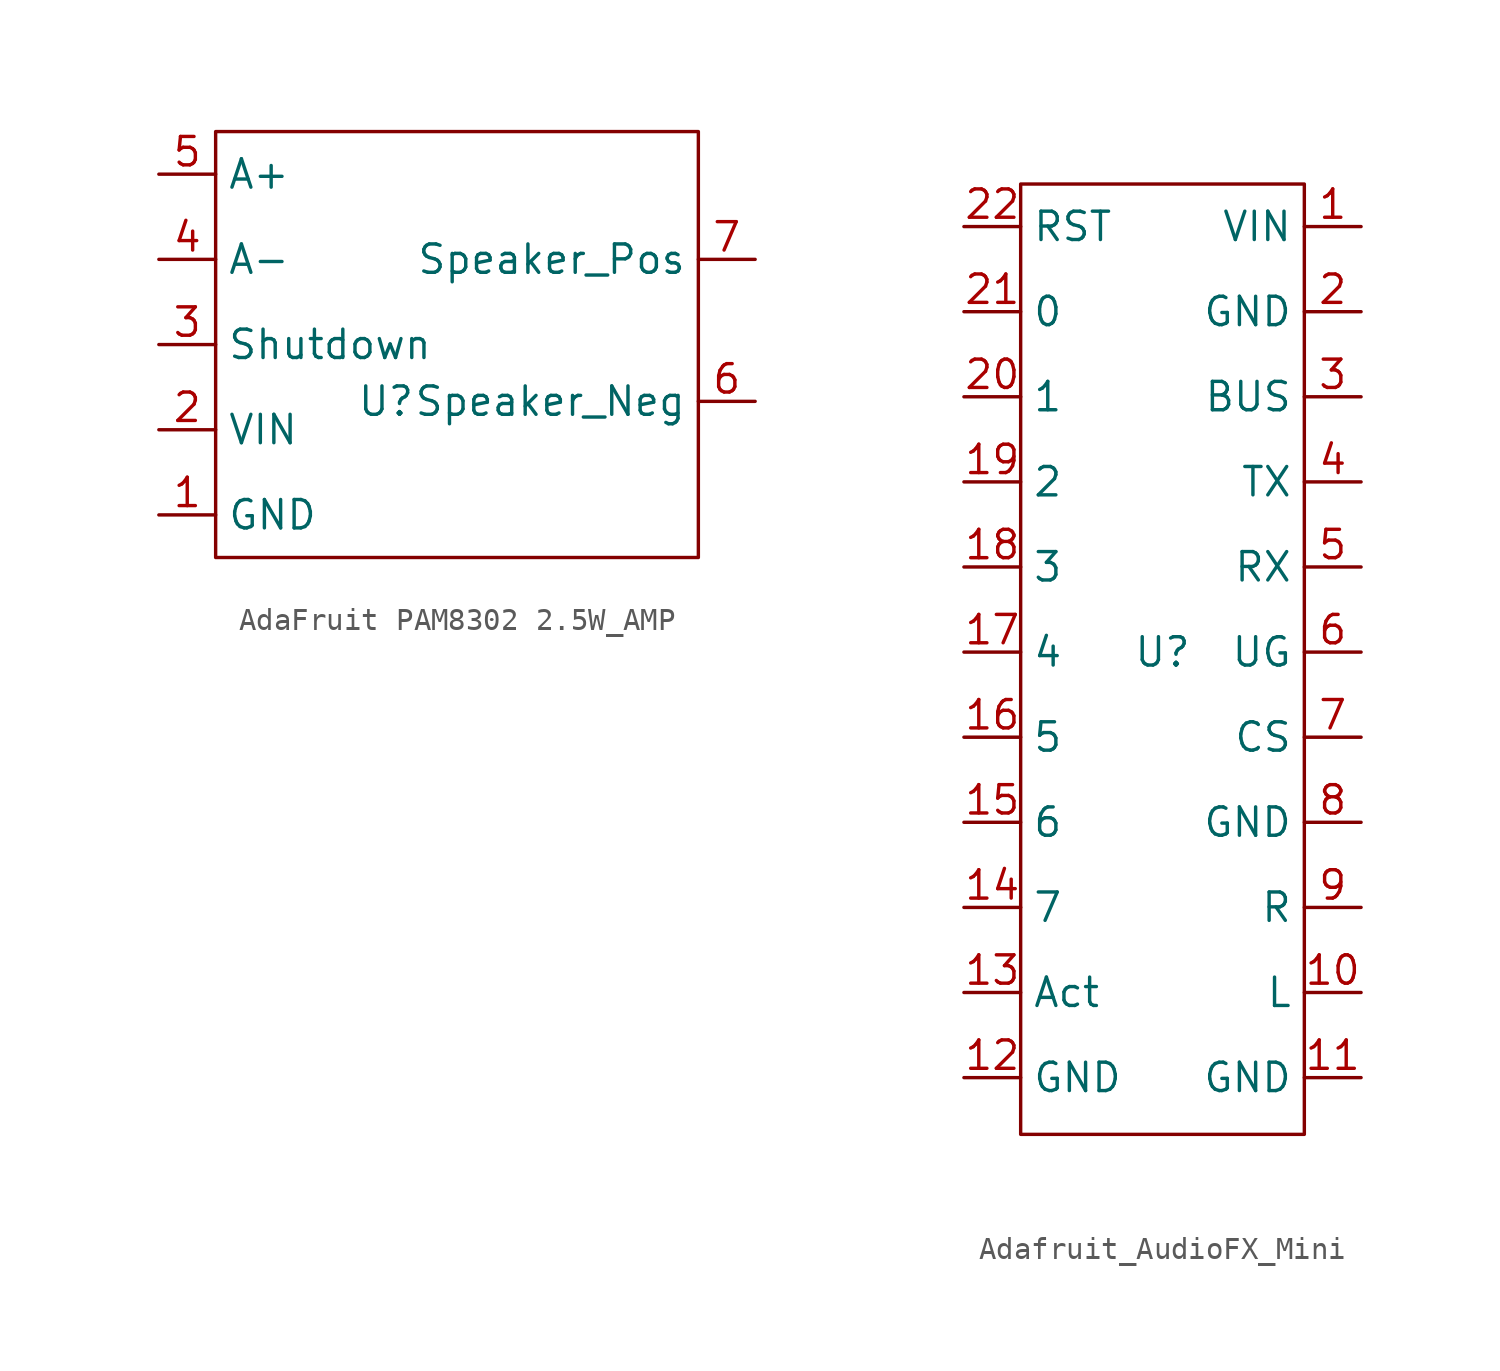
<source format=kicad_sym>
(kicad_symbol_lib
  (version 20241209)
  (generator "kicad_symbol_editor")
  (generator_version "9.0")
  (symbol "AdaFruit PAM8302 2.5W_AMP"
    (property "Reference" "U"
      (at 0 0 0)
      (effects (font (size 1.27 1.27))))
    (property "Value" ""
      (at 0 0 0)
      (effects (font (size 1.27 1.27))))
    (symbol "AdaFruit PAM8302 2.5W_AMP_0_1"
      (rectangle (start -7.62 12.065) (end 13.97 -6.985) (stroke (width 0) (type default)) (fill (type none))))
    (symbol "AdaFruit PAM8302 2.5W_AMP_1_1"
      (pin bidirectional line (at -10.16 10.16 0) (length 2.54) (name "A+" (effects (font (size 1.27 1.27)))) (number "5" (effects (font (size 1.27 1.27)))))
      (pin bidirectional line (at -10.16 6.35 0) (length 2.54) (name "A-" (effects (font (size 1.27 1.27)))) (number "4" (effects (font (size 1.27 1.27)))))
      (pin bidirectional line (at -10.16 2.54 0) (length 2.54) (name "Shutdown" (effects (font (size 1.27 1.27)))) (number "3" (effects (font (size 1.27 1.27)))))
      (pin power_out line (at -10.16 -1.27 0) (length 2.54) (name "VIN" (effects (font (size 1.27 1.27)))) (number "2" (effects (font (size 1.27 1.27)))))
      (pin power_out line (at -10.16 -5.08 0) (length 2.54) (name "GND" (effects (font (size 1.27 1.27)))) (number "1" (effects (font (size 1.27 1.27)))))
      (pin power_out line (at 16.51 6.35 180) (length 2.54) (name "Speaker_Pos" (effects (font (size 1.27 1.27)))) (number "7" (effects (font (size 1.27 1.27)))))
      (pin power_out line (at 16.51 0 180) (length 2.54) (name "Speaker_Neg" (effects (font (size 1.27 1.27)))) (number "6" (effects (font (size 1.27 1.27)))))))
  (symbol "Adafruit_AudioFX_Mini"
    (property "Reference" "U"
      (at 0 0 0)
      (effects (font (size 1.27 1.27))))
    (property "Value" ""
      (at 0 0 0)
      (effects (font (size 1.27 1.27))))
    (symbol "Adafruit_AudioFX_Mini_0_1"
      (rectangle (start -6.35 20.955) (end 6.35 -21.59) (stroke (width 0) (type default)) (fill (type none))))
    (symbol "Adafruit_AudioFX_Mini_1_1"
      (pin power_out line (at -8.89 19.05 0) (length 2.54) (name "RST" (effects (font (size 1.27 1.27)))) (number "22" (effects (font (size 1.27 1.27)))))
      (pin power_out line (at -8.89 15.24 0) (length 2.54) (name "0" (effects (font (size 1.27 1.27)))) (number "21" (effects (font (size 1.27 1.27)))))
      (pin power_out line (at -8.89 11.43 0) (length 2.54) (name "1" (effects (font (size 1.27 1.27)))) (number "20" (effects (font (size 1.27 1.27)))))
      (pin power_out line (at -8.89 7.62 0) (length 2.54) (name "2" (effects (font (size 1.27 1.27)))) (number "19" (effects (font (size 1.27 1.27)))))
      (pin power_out line (at -8.89 3.81 0) (length 2.54) (name "3" (effects (font (size 1.27 1.27)))) (number "18" (effects (font (size 1.27 1.27)))))
      (pin power_out line (at -8.89 0 0) (length 2.54) (name "4" (effects (font (size 1.27 1.27)))) (number "17" (effects (font (size 1.27 1.27)))))
      (pin power_out line (at -8.89 -3.81 0) (length 2.54) (name "5" (effects (font (size 1.27 1.27)))) (number "16" (effects (font (size 1.27 1.27)))))
      (pin power_out line (at -8.89 -7.62 0) (length 2.54) (name "6" (effects (font (size 1.27 1.27)))) (number "15" (effects (font (size 1.27 1.27)))))
      (pin power_out line (at -8.89 -11.43 0) (length 2.54) (name "7" (effects (font (size 1.27 1.27)))) (number "14" (effects (font (size 1.27 1.27)))))
      (pin power_out line (at -8.89 -15.24 0) (length 2.54) (name "Act" (effects (font (size 1.27 1.27)))) (number "13" (effects (font (size 1.27 1.27)))))
      (pin power_out line (at -8.89 -19.05 0) (length 2.54) (name "GND" (effects (font (size 1.27 1.27)))) (number "12" (effects (font (size 1.27 1.27)))))
      (pin power_out line (at 8.89 19.05 180) (length 2.54) (name "VIN" (effects (font (size 1.27 1.27)))) (number "1" (effects (font (size 1.27 1.27)))))
      (pin power_out line (at 8.89 15.24 180) (length 2.54) (name "GND" (effects (font (size 1.27 1.27)))) (number "2" (effects (font (size 1.27 1.27)))))
      (pin power_out line (at 8.89 11.43 180) (length 2.54) (name "BUS" (effects (font (size 1.27 1.27)))) (number "3" (effects (font (size 1.27 1.27)))))
      (pin power_out line (at 8.89 7.62 180) (length 2.54) (name "TX" (effects (font (size 1.27 1.27)))) (number "4" (effects (font (size 1.27 1.27)))))
      (pin power_out line (at 8.89 3.81 180) (length 2.54) (name "RX" (effects (font (size 1.27 1.27)))) (number "5" (effects (font (size 1.27 1.27)))))
      (pin power_out line (at 8.89 0 180) (length 2.54) (name "UG" (effects (font (size 1.27 1.27)))) (number "6" (effects (font (size 1.27 1.27)))))
      (pin power_out line (at 8.89 -3.81 180) (length 2.54) (name "CS" (effects (font (size 1.27 1.27)))) (number "7" (effects (font (size 1.27 1.27)))))
      (pin power_out line (at 8.89 -7.62 180) (length 2.54) (name "GND" (effects (font (size 1.27 1.27)))) (number "8" (effects (font (size 1.27 1.27)))))
      (pin power_out line (at 8.89 -11.43 180) (length 2.54) (name "R" (effects (font (size 1.27 1.27)))) (number "9" (effects (font (size 1.27 1.27)))))
      (pin power_out line (at 8.89 -15.24 180) (length 2.54) (name "L" (effects (font (size 1.27 1.27)))) (number "10" (effects (font (size 1.27 1.27)))))
      (pin power_out line (at 8.89 -19.05 180) (length 2.54) (name "GND" (effects (font (size 1.27 1.27)))) (number "11" (effects (font (size 1.27 1.27))))))))
</source>
